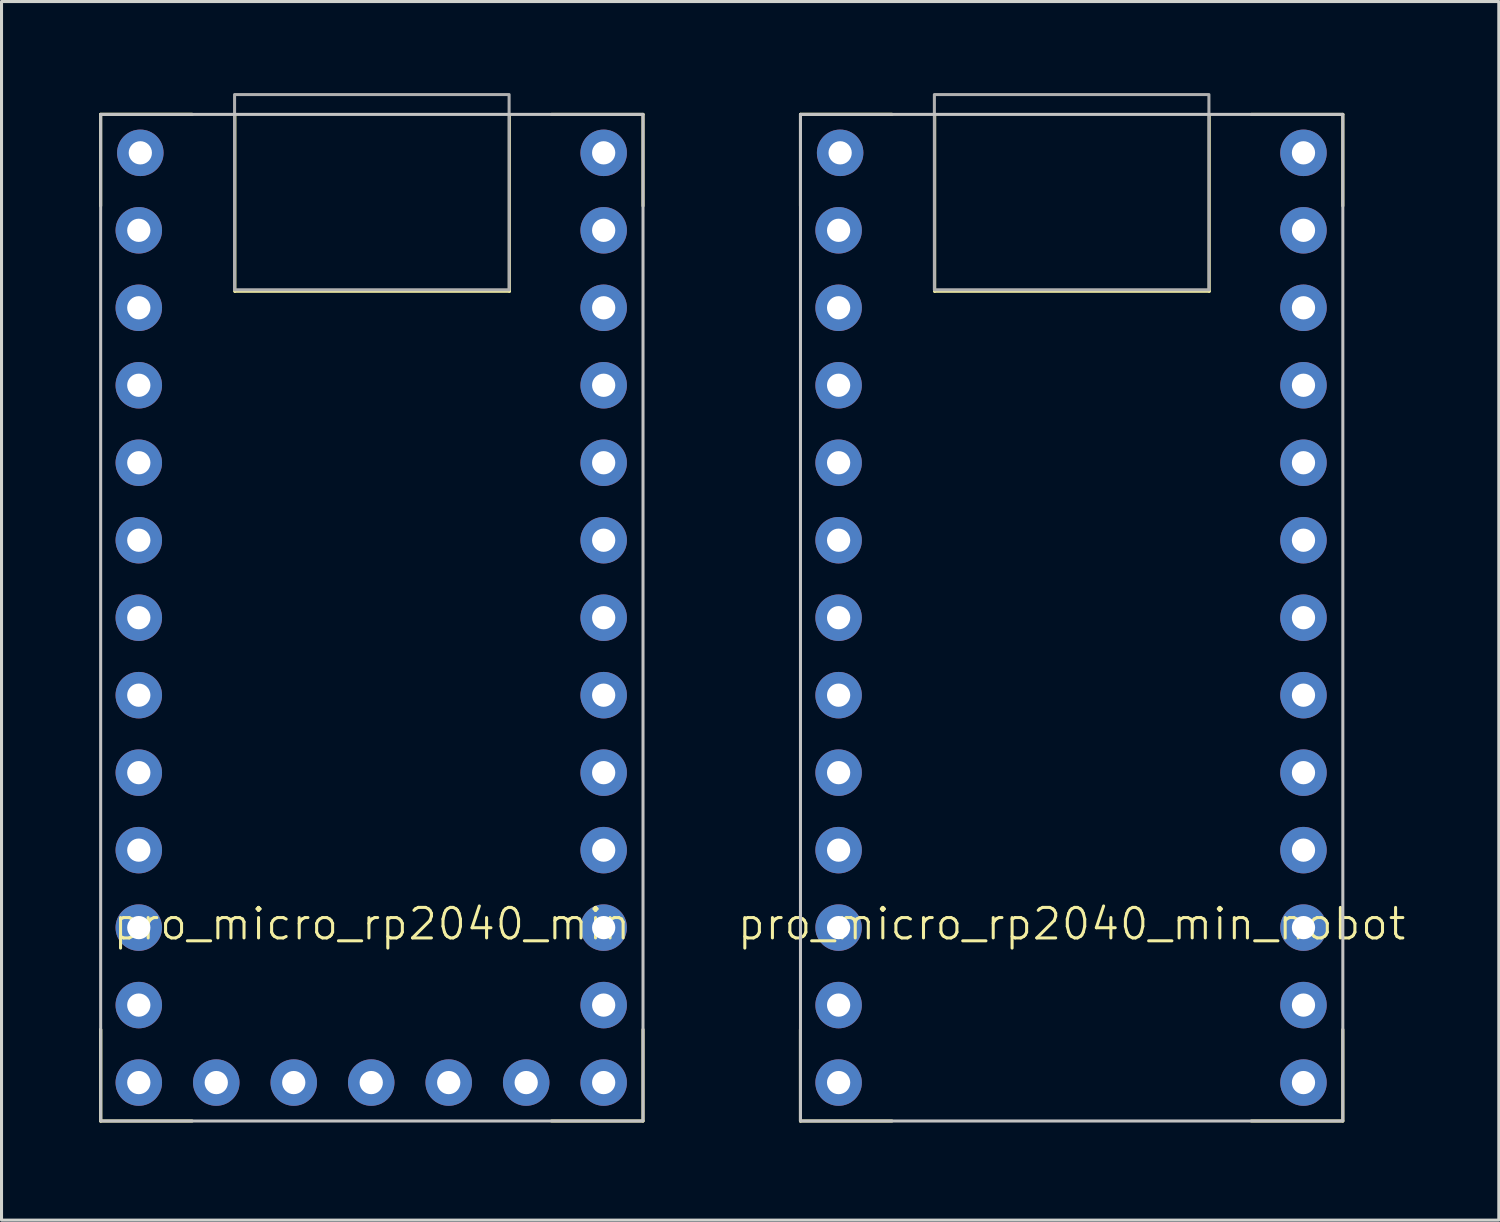
<source format=kicad_pcb>
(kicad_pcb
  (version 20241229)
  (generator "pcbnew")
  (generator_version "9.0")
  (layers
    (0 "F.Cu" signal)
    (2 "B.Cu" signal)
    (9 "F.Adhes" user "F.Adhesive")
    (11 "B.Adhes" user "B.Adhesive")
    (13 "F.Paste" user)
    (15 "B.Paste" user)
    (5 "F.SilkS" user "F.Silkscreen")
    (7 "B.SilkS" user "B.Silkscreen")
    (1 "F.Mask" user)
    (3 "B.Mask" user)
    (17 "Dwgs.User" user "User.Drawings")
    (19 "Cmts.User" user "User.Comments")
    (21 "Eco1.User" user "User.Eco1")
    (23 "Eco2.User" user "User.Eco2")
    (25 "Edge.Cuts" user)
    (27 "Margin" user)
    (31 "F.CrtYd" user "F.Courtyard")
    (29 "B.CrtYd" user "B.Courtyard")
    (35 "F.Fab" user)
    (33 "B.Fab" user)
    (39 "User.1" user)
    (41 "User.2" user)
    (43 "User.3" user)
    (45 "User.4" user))
  (footprint "pro_micro_rp2040_min_nobot"
    (layer "F.Cu")
    (at 23.192 33.7)
    (property "Reference" "pro_micro_rp2040_min_nobot" (at 8.89 -6.46 0) (unlocked yes) (layer "F.SilkS") (effects (font (size 1 1) (thickness 0.1))))
    (attr through_hole)
    (fp_line (start 0 -33) (end 0 -30) (stroke (width 0.1) (type default)) (layer "F.SilkS"))
    (fp_line (start 0 -33) (end 3 -33) (stroke (width 0.1) (type default)) (layer "F.SilkS"))
    (fp_line (start 0 -3) (end 0 0) (stroke (width 0.1) (type default)) (layer "F.SilkS"))
    (fp_line (start 0 0) (end 0 -3) (stroke (width 0.1) (type default)) (layer "F.SilkS"))
    (fp_line (start 0 0) (end 3 0) (stroke (width 0.1) (type default)) (layer "F.SilkS"))
    (fp_line (start 3 -33) (end 0 -33) (stroke (width 0.1) (type default)) (layer "F.SilkS"))
    (fp_line (start 4.4 -33) (end 4.4 -27.2) (stroke (width 0.1) (type default)) (layer "F.SilkS"))
    (fp_line (start 4.4 -27.2) (end 13.4 -27.2) (stroke (width 0.1) (type default)) (layer "F.SilkS"))
    (fp_line (start 13.4 -27.2) (end 13.4 -33) (stroke (width 0.1) (type default)) (layer "F.SilkS"))
    (fp_line (start 17.78 -33) (end 14.78 -33) (stroke (width 0.1) (type default)) (layer "F.SilkS"))
    (fp_line (start 17.78 -33) (end 17.78 -30) (stroke (width 0.1) (type default)) (layer "F.SilkS"))
    (fp_line (start 17.78 0) (end 14.78 0) (stroke (width 0.1) (type default)) (layer "F.SilkS"))
    (fp_line (start 17.78 0) (end 17.78 -3) (stroke (width 0.1) (type default)) (layer "F.SilkS"))
    (fp_rect (start 0 0) (end 17.78 -33) (stroke (width 0.1) (type default)) (fill no) (layer "Dwgs.User"))
    (fp_rect (start 4.39 -27.25) (end 13.39 -33.65) (stroke (width 0.1) (type solid)) (fill no) (layer "F.Fab"))
    (pad "0" thru_hole circle (at 1.25 -29.2) (size 1.524 1.524) (drill 0.762) (layers "*.Cu" "*.Mask"))
    (pad "1" thru_hole circle (at 1.25 -26.66) (size 1.524 1.524) (drill 0.762) (layers "*.Cu" "*.Mask"))
    (pad "2" thru_hole circle (at 1.25 -19.04) (size 1.524 1.524) (drill 0.762) (layers "*.Cu" "*.Mask"))
    (pad "3" thru_hole circle (at 1.25 -16.5) (size 1.524 1.524) (drill 0.762) (layers "*.Cu" "*.Mask"))
    (pad "3V3" thru_hole circle (at 16.49 -21.58) (size 1.524 1.524) (drill 0.762) (layers "*.Cu" "*.Mask"))
    (pad "4" thru_hole circle (at 1.25 -13.96) (size 1.524 1.524) (drill 0.762) (layers "*.Cu" "*.Mask"))
    (pad "5" thru_hole circle (at 1.25 -11.42) (size 1.524 1.524) (drill 0.762) (layers "*.Cu" "*.Mask"))
    (pad "5V" thru_hole circle (at 16.49 -29.2) (size 1.524 1.524) (drill 0.762) (layers "*.Cu" "*.Mask"))
    (pad "6" thru_hole circle (at 1.25 -8.88) (size 1.524 1.524) (drill 0.762) (layers "*.Cu" "*.Mask"))
    (pad "7" thru_hole circle (at 1.25 -6.34) (size 1.524 1.524) (drill 0.762) (layers "*.Cu" "*.Mask"))
    (pad "8" thru_hole circle (at 1.25 -3.8) (size 1.524 1.524) (drill 0.762) (layers "*.Cu" "*.Mask"))
    (pad "9" thru_hole circle (at 1.25 -1.26) (size 1.524 1.524) (drill 0.762) (layers "*.Cu" "*.Mask"))
    (pad "10" thru_hole circle (at 1.3 -31.74) (size 1.524 1.524) (drill 0.762) (layers "*.Cu" "*.Mask"))
    (pad "11" thru_hole circle (at 16.49 -31.74) (size 1.524 1.524) (drill 0.762) (layers "*.Cu" "*.Mask"))
    (pad "20" thru_hole circle (at 16.49 -6.34) (size 1.524 1.524) (drill 0.762) (layers "*.Cu" "*.Mask"))
    (pad "21" thru_hole circle (at 16.49 -1.26) (size 1.524 1.524) (drill 0.762) (layers "*.Cu" "*.Mask"))
    (pad "22" thru_hole circle (at 16.49 -8.88) (size 1.524 1.524) (drill 0.762) (layers "*.Cu" "*.Mask"))
    (pad "23" thru_hole circle (at 16.49 -3.8) (size 1.524 1.524) (drill 0.762) (layers "*.Cu" "*.Mask"))
    (pad "26" thru_hole circle (at 16.49 -11.42) (size 1.524 1.524) (drill 0.762) (layers "*.Cu" "*.Mask"))
    (pad "27" thru_hole circle (at 16.49 -13.96) (size 1.524 1.524) (drill 0.762) (layers "*.Cu" "*.Mask"))
    (pad "28" thru_hole circle (at 16.49 -16.5) (size 1.524 1.524) (drill 0.762) (layers "*.Cu" "*.Mask"))
    (pad "29" thru_hole circle (at 16.49 -19.04) (size 1.524 1.524) (drill 0.762) (layers "*.Cu" "*.Mask"))
    (pad "GND" thru_hole circle (at 1.25 -24.12) (size 1.524 1.524) (drill 0.762) (layers "*.Cu" "*.Mask"))
    (pad "GND" thru_hole circle (at 1.25 -21.58) (size 1.524 1.524) (drill 0.762) (layers "*.Cu" "*.Mask"))
    (pad "GND" thru_hole circle (at 16.49 -26.66) (size 1.524 1.524) (drill 0.762) (layers "*.Cu" "*.Mask"))
    (pad "RST" thru_hole circle (at 16.49 -24.12) (size 1.524 1.524) (drill 0.762) (layers "*.Cu" "*.Mask")))
  (footprint "pro_micro_rp2040_min"
    (layer "F.Cu")
    (at 0.25 33.7)
    (property "Reference" "pro_micro_rp2040_min" (at 8.89 -6.46 0) (unlocked yes) (layer "F.SilkS") (effects (font (size 1 1) (thickness 0.1))))
    (attr through_hole)
    (fp_line (start 0 -33) (end 0 -30) (stroke (width 0.1) (type default)) (layer "F.SilkS"))
    (fp_line (start 0 -33) (end 3 -33) (stroke (width 0.1) (type default)) (layer "F.SilkS"))
    (fp_line (start 0 -3) (end 0 0) (stroke (width 0.1) (type default)) (layer "F.SilkS"))
    (fp_line (start 0 0) (end 0 -3) (stroke (width 0.1) (type default)) (layer "F.SilkS"))
    (fp_line (start 0 0) (end 3 0) (stroke (width 0.1) (type default)) (layer "F.SilkS"))
    (fp_line (start 3 -33) (end 0 -33) (stroke (width 0.1) (type default)) (layer "F.SilkS"))
    (fp_line (start 4.4 -33) (end 4.4 -27.2) (stroke (width 0.1) (type default)) (layer "F.SilkS"))
    (fp_line (start 4.4 -27.2) (end 13.4 -27.2) (stroke (width 0.1) (type default)) (layer "F.SilkS"))
    (fp_line (start 13.4 -27.2) (end 13.4 -33) (stroke (width 0.1) (type default)) (layer "F.SilkS"))
    (fp_line (start 17.78 -33) (end 14.78 -33) (stroke (width 0.1) (type default)) (layer "F.SilkS"))
    (fp_line (start 17.78 -33) (end 17.78 -30) (stroke (width 0.1) (type default)) (layer "F.SilkS"))
    (fp_line (start 17.78 0) (end 14.78 0) (stroke (width 0.1) (type default)) (layer "F.SilkS"))
    (fp_line (start 17.78 0) (end 17.78 -3) (stroke (width 0.1) (type default)) (layer "F.SilkS"))
    (fp_rect (start 0 0) (end 17.78 -33) (stroke (width 0.1) (type default)) (fill no) (layer "Dwgs.User"))
    (fp_rect (start 4.39 -27.25) (end 13.39 -33.65) (stroke (width 0.1) (type solid)) (fill no) (layer "F.Fab"))
    (pad "0" thru_hole circle (at 1.25 -29.2) (size 1.524 1.524) (drill 0.762) (layers "*.Cu" "*.Mask"))
    (pad "1" thru_hole circle (at 1.25 -26.66) (size 1.524 1.524) (drill 0.762) (layers "*.Cu" "*.Mask"))
    (pad "2" thru_hole circle (at 1.25 -19.04) (size 1.524 1.524) (drill 0.762) (layers "*.Cu" "*.Mask"))
    (pad "3" thru_hole circle (at 1.25 -16.5) (size 1.524 1.524) (drill 0.762) (layers "*.Cu" "*.Mask"))
    (pad "3V3" thru_hole circle (at 16.49 -21.58) (size 1.524 1.524) (drill 0.762) (layers "*.Cu" "*.Mask"))
    (pad "4" thru_hole circle (at 1.25 -13.96) (size 1.524 1.524) (drill 0.762) (layers "*.Cu" "*.Mask"))
    (pad "5" thru_hole circle (at 1.25 -11.42) (size 1.524 1.524) (drill 0.762) (layers "*.Cu" "*.Mask"))
    (pad "5V" thru_hole circle (at 16.49 -29.2) (size 1.524 1.524) (drill 0.762) (layers "*.Cu" "*.Mask"))
    (pad "6" thru_hole circle (at 1.25 -8.88) (size 1.524 1.524) (drill 0.762) (layers "*.Cu" "*.Mask"))
    (pad "7" thru_hole circle (at 1.25 -6.34) (size 1.524 1.524) (drill 0.762) (layers "*.Cu" "*.Mask"))
    (pad "8" thru_hole circle (at 1.25 -3.8) (size 1.524 1.524) (drill 0.762) (layers "*.Cu" "*.Mask"))
    (pad "9" thru_hole circle (at 1.25 -1.26) (size 1.524 1.524) (drill 0.762) (layers "*.Cu" "*.Mask"))
    (pad "10" thru_hole circle (at 1.3 -31.74) (size 1.524 1.524) (drill 0.762) (layers "*.Cu" "*.Mask"))
    (pad "11" thru_hole circle (at 16.49 -31.74) (size 1.524 1.524) (drill 0.762) (layers "*.Cu" "*.Mask"))
    (pad "12" thru_hole circle (at 3.79 -1.26) (size 1.524 1.524) (drill 0.762) (layers "*.Cu" "*.Mask"))
    (pad "13" thru_hole circle (at 6.33 -1.26) (size 1.524 1.524) (drill 0.762) (layers "*.Cu" "*.Mask"))
    (pad "14" thru_hole circle (at 8.87 -1.26) (size 1.524 1.524) (drill 0.762) (layers "*.Cu" "*.Mask"))
    (pad "15" thru_hole circle (at 11.41 -1.26) (size 1.524 1.524) (drill 0.762) (layers "*.Cu" "*.Mask"))
    (pad "16" thru_hole circle (at 13.95 -1.26) (size 1.524 1.524) (drill 0.762) (layers "*.Cu" "*.Mask"))
    (pad "20" thru_hole circle (at 16.49 -6.34) (size 1.524 1.524) (drill 0.762) (layers "*.Cu" "*.Mask"))
    (pad "21" thru_hole circle (at 16.49 -1.26) (size 1.524 1.524) (drill 0.762) (layers "*.Cu" "*.Mask"))
    (pad "22" thru_hole circle (at 16.49 -8.88) (size 1.524 1.524) (drill 0.762) (layers "*.Cu" "*.Mask"))
    (pad "23" thru_hole circle (at 16.49 -3.8) (size 1.524 1.524) (drill 0.762) (layers "*.Cu" "*.Mask"))
    (pad "26" thru_hole circle (at 16.49 -11.42) (size 1.524 1.524) (drill 0.762) (layers "*.Cu" "*.Mask"))
    (pad "27" thru_hole circle (at 16.49 -13.96) (size 1.524 1.524) (drill 0.762) (layers "*.Cu" "*.Mask"))
    (pad "28" thru_hole circle (at 16.49 -16.5) (size 1.524 1.524) (drill 0.762) (layers "*.Cu" "*.Mask"))
    (pad "29" thru_hole circle (at 16.49 -19.04) (size 1.524 1.524) (drill 0.762) (layers "*.Cu" "*.Mask"))
    (pad "GND" thru_hole circle (at 1.25 -24.12) (size 1.524 1.524) (drill 0.762) (layers "*.Cu" "*.Mask"))
    (pad "GND" thru_hole circle (at 1.25 -21.58) (size 1.524 1.524) (drill 0.762) (layers "*.Cu" "*.Mask"))
    (pad "GND" thru_hole circle (at 16.49 -26.66) (size 1.524 1.524) (drill 0.762) (layers "*.Cu" "*.Mask"))
    (pad "RST" thru_hole circle (at 16.49 -24.12) (size 1.524 1.524) (drill 0.762) (layers "*.Cu" "*.Mask")))
  (gr_rect
    (start -3 -3)
    (end 46.085 36.95)
    (stroke (width 0.1) (type default))
    (fill no)
    (layer "Edge.Cuts")))
</source>
